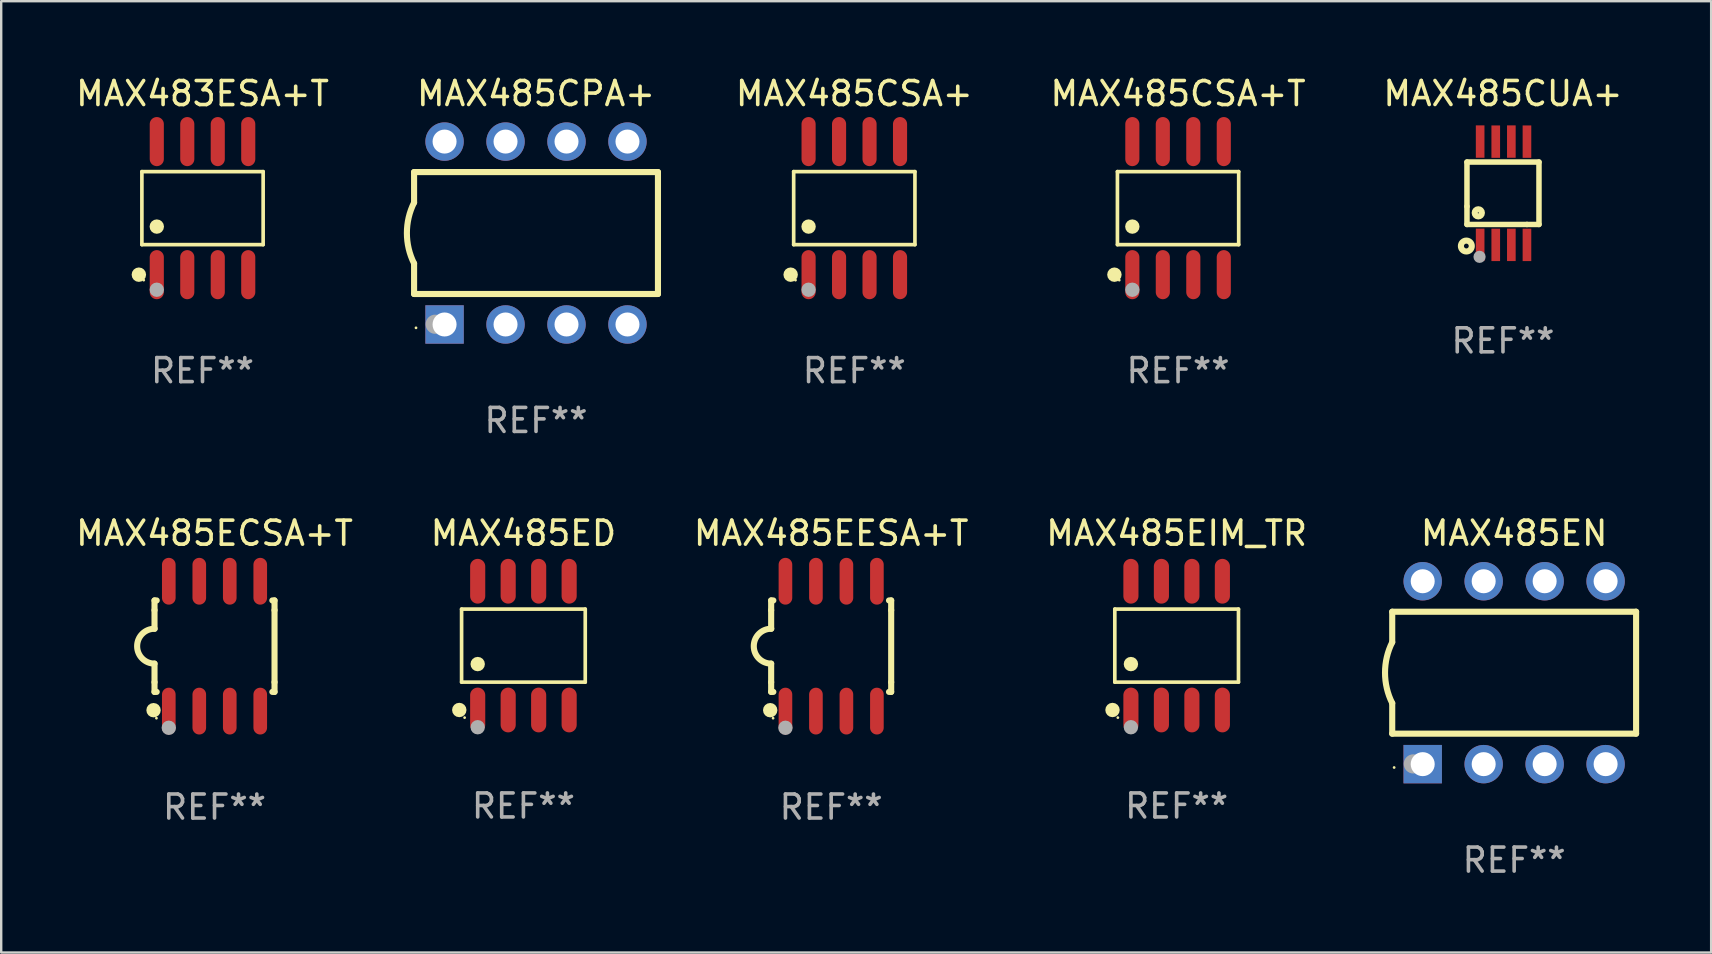
<source format=kicad_pcb>
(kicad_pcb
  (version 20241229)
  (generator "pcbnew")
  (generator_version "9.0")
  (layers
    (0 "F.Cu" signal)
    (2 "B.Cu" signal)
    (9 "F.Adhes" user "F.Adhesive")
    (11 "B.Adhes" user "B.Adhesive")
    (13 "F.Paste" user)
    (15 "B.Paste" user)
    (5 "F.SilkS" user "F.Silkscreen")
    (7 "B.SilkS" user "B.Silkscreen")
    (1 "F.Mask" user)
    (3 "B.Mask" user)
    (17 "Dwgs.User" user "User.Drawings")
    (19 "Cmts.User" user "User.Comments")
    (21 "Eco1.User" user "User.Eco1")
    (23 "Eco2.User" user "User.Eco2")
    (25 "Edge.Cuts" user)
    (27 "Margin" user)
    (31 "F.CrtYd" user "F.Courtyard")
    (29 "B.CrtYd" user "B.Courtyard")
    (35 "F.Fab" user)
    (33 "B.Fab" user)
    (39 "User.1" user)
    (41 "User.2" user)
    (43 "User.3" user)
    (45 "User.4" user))
  (footprint "MAX483ESA+T"
    (layer "F.Cu")
    (at 5.387 5.621)
    (property "Reference" "MAX483ESA+T" (at 0 -4.772 0) (layer "F.SilkS") (effects (font (size 1 1) (thickness 0.15))))
    (attr through_hole)
    (fp_line (start -2.526 -1.521) (end 2.526 -1.521) (stroke (width 0.152) (type solid)) (layer "F.SilkS"))
    (fp_line (start -2.526 1.521) (end -2.526 -1.521) (stroke (width 0.152) (type solid)) (layer "F.SilkS"))
    (fp_line (start 2.526 -1.521) (end 2.526 1.521) (stroke (width 0.152) (type solid)) (layer "F.SilkS"))
    (fp_line (start 2.526 1.521) (end -2.526 1.521) (stroke (width 0.152) (type solid)) (layer "F.SilkS"))
    (fp_circle (center -2.652 2.772) (end -2.501 2.772) (stroke (width 0.3) (type solid)) (fill no) (layer "F.SilkS"))
    (fp_circle (center -2.45 3) (end -2.42 3) (stroke (width 0.06) (type solid)) (fill no) (layer "F.SilkS"))
    (fp_circle (center -1.905 0.769) (end -1.755 0.769) (stroke (width 0.3) (type solid)) (fill no) (layer "F.SilkS"))
    (fp_circle (center -1.905 3.4) (end -1.755 3.4) (stroke (width 0.3) (type solid)) (fill no) (layer "F.Fab"))
    (fp_text user "REF**" (at 0 6.772 0) (layer "F.Fab") (effects (font (size 1 1) (thickness 0.15))))
    (pad "1" smd oval (at -1.905 2.772) (size 0.588 2.045) (layers "F.Cu" "F.Mask" "F.Paste"))
    (pad "2" smd oval (at -0.635 2.772) (size 0.588 2.045) (layers "F.Cu" "F.Mask" "F.Paste"))
    (pad "3" smd oval (at 0.635 2.772) (size 0.588 2.045) (layers "F.Cu" "F.Mask" "F.Paste"))
    (pad "4" smd oval (at 1.905 2.772) (size 0.588 2.045) (layers "F.Cu" "F.Mask" "F.Paste"))
    (pad "5" smd oval (at 1.905 -2.772) (size 0.588 2.045) (layers "F.Cu" "F.Mask" "F.Paste"))
    (pad "6" smd oval (at 0.635 -2.772) (size 0.588 2.045) (layers "F.Cu" "F.Mask" "F.Paste"))
    (pad "7" smd oval (at -0.635 -2.772) (size 0.588 2.045) (layers "F.Cu" "F.Mask" "F.Paste"))
    (pad "8" smd oval (at -1.905 -2.772) (size 0.588 2.045) (layers "F.Cu" "F.Mask" "F.Paste")))
  (footprint "MAX485ECSA+T"
    (layer "F.Cu")
    (at 5.887 23.87)
    (property "Reference" "MAX485ECSA+T" (at 0 -4.705 0) (layer "F.SilkS") (effects (font (size 1 1) (thickness 0.15))))
    (attr through_hole)
    (fp_line (start -2.5 -1.905) (end -2.409 -1.905) (stroke (width 0.254) (type solid)) (layer "F.SilkS"))
    (fp_line (start -2.5 -1.5) (end -2.5 -1.905) (stroke (width 0.254) (type solid)) (layer "F.SilkS"))
    (fp_line (start -2.5 -1.5) (end -2.5 -0.726) (stroke (width 0.254) (type solid)) (layer "F.SilkS"))
    (fp_line (start -2.5 1.5) (end -2.5 0.727) (stroke (width 0.254) (type solid)) (layer "F.SilkS"))
    (fp_line (start -2.5 1.5) (end -2.5 1.905) (stroke (width 0.254) (type solid)) (layer "F.SilkS"))
    (fp_line (start -2.5 1.905) (end -2.409 1.905) (stroke (width 0.254) (type solid)) (layer "F.SilkS"))
    (fp_line (start 2.5 -1.905) (end 2.409 -1.905) (stroke (width 0.254) (type solid)) (layer "F.SilkS"))
    (fp_line (start 2.5 -1.5) (end 2.5 -1.905) (stroke (width 0.254) (type solid)) (layer "F.SilkS"))
    (fp_line (start 2.5 -1.5) (end 2.5 1.5) (stroke (width 0.254) (type solid)) (layer "F.SilkS"))
    (fp_line (start 2.5 1.5) (end 2.5 1.905) (stroke (width 0.254) (type solid)) (layer "F.SilkS"))
    (fp_line (start 2.5 1.905) (end 2.409 1.905) (stroke (width 0.254) (type solid)) (layer "F.SilkS"))
    (fp_arc (start -2.5 0.726568) (mid -3.220316 -0.0023) (end -2.495097 -0.726289) (stroke (width 0.254001) (type solid)) (layer "F.SilkS"))
    (fp_circle (center -2.54 2.667) (end -2.39 2.667) (stroke (width 0.3) (type solid)) (fill no) (layer "F.SilkS"))
    (fp_circle (center -2.42 3) (end -2.39 3) (stroke (width 0.06) (type solid)) (fill no) (layer "F.SilkS"))
    (fp_circle (center -1.905 3.4) (end -1.755 3.4) (stroke (width 0.3) (type solid)) (fill no) (layer "F.Fab"))
    (fp_text user "REF**" (at 0 6.705 0) (layer "F.Fab") (effects (font (size 1 1) (thickness 0.15))))
    (pad "1" smd oval (at -1.905 2.705) (size 0.568 1.95) (layers "F.Cu" "F.Mask" "F.Paste"))
    (pad "2" smd oval (at -0.635 2.705) (size 0.568 1.95) (layers "F.Cu" "F.Mask" "F.Paste"))
    (pad "3" smd oval (at 0.635 2.705) (size 0.568 1.95) (layers "F.Cu" "F.Mask" "F.Paste"))
    (pad "4" smd oval (at 1.905 2.705) (size 0.568 1.95) (layers "F.Cu" "F.Mask" "F.Paste"))
    (pad "5" smd oval (at 1.905 -2.705) (size 0.568 1.95) (layers "F.Cu" "F.Mask" "F.Paste"))
    (pad "6" smd oval (at 0.635 -2.705) (size 0.568 1.95) (layers "F.Cu" "F.Mask" "F.Paste"))
    (pad "7" smd oval (at -0.635 -2.705) (size 0.568 1.95) (layers "F.Cu" "F.Mask" "F.Paste"))
    (pad "8" smd oval (at -1.905 -2.705) (size 0.568 1.95) (layers "F.Cu" "F.Mask" "F.Paste")))
  (footprint "MAX485EN"
    (layer "F.Cu")
    (at 60.031 24.975)
    (property "Reference" "MAX485EN" (at 0 -5.81 0) (layer "F.SilkS") (effects (font (size 1 1) (thickness 0.15))))
    (attr through_hole)
    (fp_line (start -5.08 -1.27) (end -5.08 -2.54) (stroke (width 0.254) (type solid)) (layer "F.SilkS"))
    (fp_line (start -5.08 2.54) (end -5.08 1.27) (stroke (width 0.254) (type solid)) (layer "F.SilkS"))
    (fp_line (start 5.08 -2.54) (end -5.08 -2.54) (stroke (width 0.254) (type solid)) (layer "F.SilkS"))
    (fp_line (start 5.08 2.54) (end -5.08 2.54) (stroke (width 0.254) (type solid)) (layer "F.SilkS"))
    (fp_line (start 5.08 2.54) (end 5.08 -2.54) (stroke (width 0.254) (type solid)) (layer "F.SilkS"))
    (fp_arc (start -5.080011 1.270002) (mid -5.379818 -0.000001) (end -5.08001 -1.270003) (stroke (width 0.254001) (type solid)) (layer "F.SilkS"))
    (fp_circle (center -5 3.95) (end -4.97 3.95) (stroke (width 0.06) (type solid)) (fill no) (layer "F.SilkS"))
    (fp_circle (center -4.2 3.8) (end -4 3.8) (stroke (width 0.4) (type solid)) (fill no) (layer "F.Fab"))
    (fp_text user "REF**" (at 0 7.81 0) (layer "F.Fab") (effects (font (size 1 1) (thickness 0.15))))
    (pad "1" thru_hole rect (at -3.81 3.81) (size 1.6 1.6) (drill 1) (layers "*.Cu" "*.Mask"))
    (pad "2" thru_hole circle (at -1.27 3.81) (size 1.6 1.6) (drill 1) (layers "*.Cu" "*.Mask"))
    (pad "3" thru_hole circle (at 1.27 3.81) (size 1.6 1.6) (drill 1) (layers "*.Cu" "*.Mask"))
    (pad "4" thru_hole circle (at 3.81 3.81) (size 1.6 1.6) (drill 1) (layers "*.Cu" "*.Mask"))
    (pad "5" thru_hole circle (at 3.81 -3.81) (size 1.6 1.6) (drill 1) (layers "*.Cu" "*.Mask"))
    (pad "6" thru_hole circle (at 1.27 -3.81) (size 1.6 1.6) (drill 1) (layers "*.Cu" "*.Mask"))
    (pad "7" thru_hole circle (at -1.27 -3.81) (size 1.6 1.6) (drill 1) (layers "*.Cu" "*.Mask"))
    (pad "8" thru_hole circle (at -3.81 -3.81) (size 1.6 1.6) (drill 1) (layers "*.Cu" "*.Mask")))
  (footprint "MAX485CPA+"
    (layer "F.Cu")
    (at 19.281 6.658)
    (property "Reference" "MAX485CPA+" (at 0 -5.81 0) (layer "F.SilkS") (effects (font (size 1 1) (thickness 0.15))))
    (attr through_hole)
    (fp_line (start -5.08 -1.27) (end -5.08 -2.54) (stroke (width 0.254) (type solid)) (layer "F.SilkS"))
    (fp_line (start -5.08 2.54) (end -5.08 1.27) (stroke (width 0.254) (type solid)) (layer "F.SilkS"))
    (fp_line (start 5.08 -2.54) (end -5.08 -2.54) (stroke (width 0.254) (type solid)) (layer "F.SilkS"))
    (fp_line (start 5.08 2.54) (end -5.08 2.54) (stroke (width 0.254) (type solid)) (layer "F.SilkS"))
    (fp_line (start 5.08 2.54) (end 5.08 -2.54) (stroke (width 0.254) (type solid)) (layer "F.SilkS"))
    (fp_arc (start -5.080011 1.270002) (mid -5.379818 -0.000001) (end -5.08001 -1.270003) (stroke (width 0.254001) (type solid)) (layer "F.SilkS"))
    (fp_circle (center -5 3.95) (end -4.97 3.95) (stroke (width 0.06) (type solid)) (fill no) (layer "F.SilkS"))
    (fp_circle (center -4.2 3.8) (end -4 3.8) (stroke (width 0.4) (type solid)) (fill no) (layer "F.Fab"))
    (fp_text user "REF**" (at 0 7.81 0) (layer "F.Fab") (effects (font (size 1 1) (thickness 0.15))))
    (pad "1" thru_hole rect (at -3.81 3.81) (size 1.6 1.6) (drill 1) (layers "*.Cu" "*.Mask"))
    (pad "2" thru_hole circle (at -1.27 3.81) (size 1.6 1.6) (drill 1) (layers "*.Cu" "*.Mask"))
    (pad "3" thru_hole circle (at 1.27 3.81) (size 1.6 1.6) (drill 1) (layers "*.Cu" "*.Mask"))
    (pad "4" thru_hole circle (at 3.81 3.81) (size 1.6 1.6) (drill 1) (layers "*.Cu" "*.Mask"))
    (pad "5" thru_hole circle (at 3.81 -3.81) (size 1.6 1.6) (drill 1) (layers "*.Cu" "*.Mask"))
    (pad "6" thru_hole circle (at 1.27 -3.81) (size 1.6 1.6) (drill 1) (layers "*.Cu" "*.Mask"))
    (pad "7" thru_hole circle (at -1.27 -3.81) (size 1.6 1.6) (drill 1) (layers "*.Cu" "*.Mask"))
    (pad "8" thru_hole circle (at -3.81 -3.81) (size 1.6 1.6) (drill 1) (layers "*.Cu" "*.Mask")))
  (footprint "MAX485EIM_TR"
    (layer "F.Cu")
    (at 45.97 23.847)
    (property "Reference" "MAX485EIM_TR" (at 0 -4.682 0) (layer "F.SilkS") (effects (font (size 1 1) (thickness 0.15))))
    (attr through_hole)
    (fp_line (start -2.576 -1.521) (end 2.576 -1.521) (stroke (width 0.152) (type solid)) (layer "F.SilkS"))
    (fp_line (start -2.576 1.521) (end -2.576 -1.521) (stroke (width 0.152) (type solid)) (layer "F.SilkS"))
    (fp_line (start 2.576 -1.521) (end 2.576 1.521) (stroke (width 0.152) (type solid)) (layer "F.SilkS"))
    (fp_line (start 2.576 1.521) (end -2.576 1.521) (stroke (width 0.152) (type solid)) (layer "F.SilkS"))
    (fp_circle (center -2.672 2.682) (end -2.522 2.682) (stroke (width 0.3) (type solid)) (fill no) (layer "F.SilkS"))
    (fp_circle (center -2.45 3) (end -2.42 3) (stroke (width 0.06) (type solid)) (fill no) (layer "F.SilkS"))
    (fp_circle (center -1.905 0.769) (end -1.755 0.769) (stroke (width 0.3) (type solid)) (fill no) (layer "F.SilkS"))
    (fp_circle (center -1.905 3.4) (end -1.755 3.4) (stroke (width 0.3) (type solid)) (fill no) (layer "F.Fab"))
    (fp_text user "REF**" (at 0 6.682 0) (layer "F.Fab") (effects (font (size 1 1) (thickness 0.15))))
    (pad "1" smd oval (at -1.905 2.682) (size 0.63 1.865) (layers "F.Cu" "F.Mask" "F.Paste"))
    (pad "2" smd oval (at -0.635 2.682) (size 0.63 1.865) (layers "F.Cu" "F.Mask" "F.Paste"))
    (pad "3" smd oval (at 0.635 2.682) (size 0.63 1.865) (layers "F.Cu" "F.Mask" "F.Paste"))
    (pad "4" smd oval (at 1.905 2.682) (size 0.63 1.865) (layers "F.Cu" "F.Mask" "F.Paste"))
    (pad "5" smd oval (at 1.905 -2.682) (size 0.63 1.865) (layers "F.Cu" "F.Mask" "F.Paste"))
    (pad "6" smd oval (at 0.635 -2.682) (size 0.63 1.865) (layers "F.Cu" "F.Mask" "F.Paste"))
    (pad "7" smd oval (at -0.635 -2.682) (size 0.63 1.865) (layers "F.Cu" "F.Mask" "F.Paste"))
    (pad "8" smd oval (at -1.905 -2.682) (size 0.63 1.865) (layers "F.Cu" "F.Mask" "F.Paste")))
  (footprint "MAX485CSA+T"
    (layer "F.Cu")
    (at 46.029 5.621)
    (property "Reference" "MAX485CSA+T" (at 0 -4.772 0) (layer "F.SilkS") (effects (font (size 1 1) (thickness 0.15))))
    (attr through_hole)
    (fp_line (start -2.526 -1.521) (end 2.526 -1.521) (stroke (width 0.152) (type solid)) (layer "F.SilkS"))
    (fp_line (start -2.526 1.521) (end -2.526 -1.521) (stroke (width 0.152) (type solid)) (layer "F.SilkS"))
    (fp_line (start 2.526 -1.521) (end 2.526 1.521) (stroke (width 0.152) (type solid)) (layer "F.SilkS"))
    (fp_line (start 2.526 1.521) (end -2.526 1.521) (stroke (width 0.152) (type solid)) (layer "F.SilkS"))
    (fp_circle (center -2.652 2.772) (end -2.501 2.772) (stroke (width 0.3) (type solid)) (fill no) (layer "F.SilkS"))
    (fp_circle (center -2.45 3) (end -2.42 3) (stroke (width 0.06) (type solid)) (fill no) (layer "F.SilkS"))
    (fp_circle (center -1.905 0.769) (end -1.755 0.769) (stroke (width 0.3) (type solid)) (fill no) (layer "F.SilkS"))
    (fp_circle (center -1.905 3.4) (end -1.755 3.4) (stroke (width 0.3) (type solid)) (fill no) (layer "F.Fab"))
    (fp_text user "REF**" (at 0 6.772 0) (layer "F.Fab") (effects (font (size 1 1) (thickness 0.15))))
    (pad "1" smd oval (at -1.905 2.772) (size 0.588 2.045) (layers "F.Cu" "F.Mask" "F.Paste"))
    (pad "2" smd oval (at -0.635 2.772) (size 0.588 2.045) (layers "F.Cu" "F.Mask" "F.Paste"))
    (pad "3" smd oval (at 0.635 2.772) (size 0.588 2.045) (layers "F.Cu" "F.Mask" "F.Paste"))
    (pad "4" smd oval (at 1.905 2.772) (size 0.588 2.045) (layers "F.Cu" "F.Mask" "F.Paste"))
    (pad "5" smd oval (at 1.905 -2.772) (size 0.588 2.045) (layers "F.Cu" "F.Mask" "F.Paste"))
    (pad "6" smd oval (at 0.635 -2.772) (size 0.588 2.045) (layers "F.Cu" "F.Mask" "F.Paste"))
    (pad "7" smd oval (at -0.635 -2.772) (size 0.588 2.045) (layers "F.Cu" "F.Mask" "F.Paste"))
    (pad "8" smd oval (at -1.905 -2.772) (size 0.588 2.045) (layers "F.Cu" "F.Mask" "F.Paste")))
  (footprint "MAX485ED"
    (layer "F.Cu")
    (at 18.756 23.847)
    (property "Reference" "MAX485ED" (at 0 -4.682 0) (layer "F.SilkS") (effects (font (size 1 1) (thickness 0.15))))
    (attr through_hole)
    (fp_line (start -2.576 -1.521) (end 2.576 -1.521) (stroke (width 0.152) (type solid)) (layer "F.SilkS"))
    (fp_line (start -2.576 1.521) (end -2.576 -1.521) (stroke (width 0.152) (type solid)) (layer "F.SilkS"))
    (fp_line (start 2.576 -1.521) (end 2.576 1.521) (stroke (width 0.152) (type solid)) (layer "F.SilkS"))
    (fp_line (start 2.576 1.521) (end -2.576 1.521) (stroke (width 0.152) (type solid)) (layer "F.SilkS"))
    (fp_circle (center -2.672 2.682) (end -2.522 2.682) (stroke (width 0.3) (type solid)) (fill no) (layer "F.SilkS"))
    (fp_circle (center -2.45 3) (end -2.42 3) (stroke (width 0.06) (type solid)) (fill no) (layer "F.SilkS"))
    (fp_circle (center -1.905 0.769) (end -1.755 0.769) (stroke (width 0.3) (type solid)) (fill no) (layer "F.SilkS"))
    (fp_circle (center -1.905 3.4) (end -1.755 3.4) (stroke (width 0.3) (type solid)) (fill no) (layer "F.Fab"))
    (fp_text user "REF**" (at 0 6.682 0) (layer "F.Fab") (effects (font (size 1 1) (thickness 0.15))))
    (pad "1" smd oval (at -1.905 2.682) (size 0.63 1.865) (layers "F.Cu" "F.Mask" "F.Paste"))
    (pad "2" smd oval (at -0.635 2.682) (size 0.63 1.865) (layers "F.Cu" "F.Mask" "F.Paste"))
    (pad "3" smd oval (at 0.635 2.682) (size 0.63 1.865) (layers "F.Cu" "F.Mask" "F.Paste"))
    (pad "4" smd oval (at 1.905 2.682) (size 0.63 1.865) (layers "F.Cu" "F.Mask" "F.Paste"))
    (pad "5" smd oval (at 1.905 -2.682) (size 0.63 1.865) (layers "F.Cu" "F.Mask" "F.Paste"))
    (pad "6" smd oval (at 0.635 -2.682) (size 0.63 1.865) (layers "F.Cu" "F.Mask" "F.Paste"))
    (pad "7" smd oval (at -0.635 -2.682) (size 0.63 1.865) (layers "F.Cu" "F.Mask" "F.Paste"))
    (pad "8" smd oval (at -1.905 -2.682) (size 0.63 1.865) (layers "F.Cu" "F.Mask" "F.Paste")))
  (footprint "MAX485CSA+"
    (layer "F.Cu")
    (at 32.541 5.621)
    (property "Reference" "MAX485CSA+" (at 0 -4.772 0) (layer "F.SilkS") (effects (font (size 1 1) (thickness 0.15))))
    (attr through_hole)
    (fp_line (start -2.526 -1.521) (end 2.526 -1.521) (stroke (width 0.152) (type solid)) (layer "F.SilkS"))
    (fp_line (start -2.526 1.521) (end -2.526 -1.521) (stroke (width 0.152) (type solid)) (layer "F.SilkS"))
    (fp_line (start 2.526 -1.521) (end 2.526 1.521) (stroke (width 0.152) (type solid)) (layer "F.SilkS"))
    (fp_line (start 2.526 1.521) (end -2.526 1.521) (stroke (width 0.152) (type solid)) (layer "F.SilkS"))
    (fp_circle (center -2.652 2.772) (end -2.501 2.772) (stroke (width 0.3) (type solid)) (fill no) (layer "F.SilkS"))
    (fp_circle (center -2.45 3) (end -2.42 3) (stroke (width 0.06) (type solid)) (fill no) (layer "F.SilkS"))
    (fp_circle (center -1.905 0.769) (end -1.755 0.769) (stroke (width 0.3) (type solid)) (fill no) (layer "F.SilkS"))
    (fp_circle (center -1.905 3.4) (end -1.755 3.4) (stroke (width 0.3) (type solid)) (fill no) (layer "F.Fab"))
    (fp_text user "REF**" (at 0 6.772 0) (layer "F.Fab") (effects (font (size 1 1) (thickness 0.15))))
    (pad "1" smd oval (at -1.905 2.772) (size 0.588 2.045) (layers "F.Cu" "F.Mask" "F.Paste"))
    (pad "2" smd oval (at -0.635 2.772) (size 0.588 2.045) (layers "F.Cu" "F.Mask" "F.Paste"))
    (pad "3" smd oval (at 0.635 2.772) (size 0.588 2.045) (layers "F.Cu" "F.Mask" "F.Paste"))
    (pad "4" smd oval (at 1.905 2.772) (size 0.588 2.045) (layers "F.Cu" "F.Mask" "F.Paste"))
    (pad "5" smd oval (at 1.905 -2.772) (size 0.588 2.045) (layers "F.Cu" "F.Mask" "F.Paste"))
    (pad "6" smd oval (at 0.635 -2.772) (size 0.588 2.045) (layers "F.Cu" "F.Mask" "F.Paste"))
    (pad "7" smd oval (at -0.635 -2.772) (size 0.588 2.045) (layers "F.Cu" "F.Mask" "F.Paste"))
    (pad "8" smd oval (at -1.905 -2.772) (size 0.588 2.045) (layers "F.Cu" "F.Mask" "F.Paste")))
  (footprint "MAX485CUA+"
    (layer "F.Cu")
    (at 59.565 5)
    (property "Reference" "MAX485CUA+" (at 0 -4.152 0) (layer "F.SilkS") (effects (font (size 1 1) (thickness 0.15))))
    (attr through_hole)
    (fp_line (start -1.5 1.301) (end 1 1.301) (stroke (width 0.229) (type solid)) (layer "F.SilkS"))
    (fp_line (start -1.5 -1.299) (end -1.5 0.551) (stroke (width 0.229) (type solid)) (layer "F.SilkS"))
    (fp_line (start -1.5 0.551) (end -1.5 1.301) (stroke (width 0.229) (type solid)) (layer "F.SilkS"))
    (fp_line (start 1 1.301) (end 1.5 1.301) (stroke (width 0.229) (type solid)) (layer "F.SilkS"))
    (fp_line (start 1.5 1.301) (end 1.5 -1.299) (stroke (width 0.229) (type solid)) (layer "F.SilkS"))
    (fp_line (start 1.5 -1.299) (end -1.5 -1.299) (stroke (width 0.229) (type solid)) (layer "F.SilkS"))
    (fp_circle (center -1.526 2.2) (end -1.426 2.2) (stroke (width 0.254) (type solid)) (fill no) (layer "F.SilkS"))
    (fp_circle (center -1.476 2.45) (end -1.446 2.45) (stroke (width 0.06) (type solid)) (fill no) (layer "F.SilkS"))
    (fp_circle (center -1.028 0.817) (end -0.878 0.817) (stroke (width 0.254) (type solid)) (fill no) (layer "F.SilkS"))
    (fp_circle (center -0.976 2.65) (end -0.849 2.65) (stroke (width 0.254) (type solid)) (fill no) (layer "F.Fab"))
    (fp_text user "REF**" (at 0 6.152 0) (layer "F.Fab") (effects (font (size 1 1) (thickness 0.15))))
    (pad "1" smd rect (at -0.951 2.15) (size 0.36 1.35) (layers "F.Cu" "F.Mask" "F.Paste"))
    (pad "2" smd rect (at -0.301 2.152) (size 0.36 1.35) (layers "F.Cu" "F.Mask" "F.Paste"))
    (pad "3" smd rect (at 0.349 2.151) (size 0.36 1.35) (layers "F.Cu" "F.Mask" "F.Paste"))
    (pad "4" smd rect (at 0.999 2.152) (size 0.36 1.35) (layers "F.Cu" "F.Mask" "F.Paste"))
    (pad "5" smd rect (at 0.999 -2.149) (size 0.36 1.35) (layers "F.Cu" "F.Mask" "F.Paste"))
    (pad "6" smd rect (at 0.349 -2.152) (size 0.36 1.35) (layers "F.Cu" "F.Mask" "F.Paste"))
    (pad "7" smd rect (at -0.301 -2.149) (size 0.36 1.35) (layers "F.Cu" "F.Mask" "F.Paste"))
    (pad "8" smd rect (at -0.951 -2.152) (size 0.36 1.35) (layers "F.Cu" "F.Mask" "F.Paste")))
  (footprint "MAX485EESA+T"
    (layer "F.Cu")
    (at 31.577 23.87)
    (property "Reference" "MAX485EESA+T" (at 0 -4.705 0) (layer "F.SilkS") (effects (font (size 1 1) (thickness 0.15))))
    (attr through_hole)
    (fp_line (start -2.5 -1.905) (end -2.409 -1.905) (stroke (width 0.254) (type solid)) (layer "F.SilkS"))
    (fp_line (start -2.5 -1.5) (end -2.5 -1.905) (stroke (width 0.254) (type solid)) (layer "F.SilkS"))
    (fp_line (start -2.5 -1.5) (end -2.5 -0.726) (stroke (width 0.254) (type solid)) (layer "F.SilkS"))
    (fp_line (start -2.5 1.5) (end -2.5 0.727) (stroke (width 0.254) (type solid)) (layer "F.SilkS"))
    (fp_line (start -2.5 1.5) (end -2.5 1.905) (stroke (width 0.254) (type solid)) (layer "F.SilkS"))
    (fp_line (start -2.5 1.905) (end -2.409 1.905) (stroke (width 0.254) (type solid)) (layer "F.SilkS"))
    (fp_line (start 2.5 -1.905) (end 2.409 -1.905) (stroke (width 0.254) (type solid)) (layer "F.SilkS"))
    (fp_line (start 2.5 -1.5) (end 2.5 -1.905) (stroke (width 0.254) (type solid)) (layer "F.SilkS"))
    (fp_line (start 2.5 -1.5) (end 2.5 1.5) (stroke (width 0.254) (type solid)) (layer "F.SilkS"))
    (fp_line (start 2.5 1.5) (end 2.5 1.905) (stroke (width 0.254) (type solid)) (layer "F.SilkS"))
    (fp_line (start 2.5 1.905) (end 2.409 1.905) (stroke (width 0.254) (type solid)) (layer "F.SilkS"))
    (fp_arc (start -2.5 0.726568) (mid -3.220316 -0.0023) (end -2.495097 -0.726289) (stroke (width 0.254001) (type solid)) (layer "F.SilkS"))
    (fp_circle (center -2.54 2.667) (end -2.39 2.667) (stroke (width 0.3) (type solid)) (fill no) (layer "F.SilkS"))
    (fp_circle (center -2.42 3) (end -2.39 3) (stroke (width 0.06) (type solid)) (fill no) (layer "F.SilkS"))
    (fp_circle (center -1.905 3.4) (end -1.755 3.4) (stroke (width 0.3) (type solid)) (fill no) (layer "F.Fab"))
    (fp_text user "REF**" (at 0 6.705 0) (layer "F.Fab") (effects (font (size 1 1) (thickness 0.15))))
    (pad "1" smd oval (at -1.905 2.705) (size 0.568 1.95) (layers "F.Cu" "F.Mask" "F.Paste"))
    (pad "2" smd oval (at -0.635 2.705) (size 0.568 1.95) (layers "F.Cu" "F.Mask" "F.Paste"))
    (pad "3" smd oval (at 0.635 2.705) (size 0.568 1.95) (layers "F.Cu" "F.Mask" "F.Paste"))
    (pad "4" smd oval (at 1.905 2.705) (size 0.568 1.95) (layers "F.Cu" "F.Mask" "F.Paste"))
    (pad "5" smd oval (at 1.905 -2.705) (size 0.568 1.95) (layers "F.Cu" "F.Mask" "F.Paste"))
    (pad "6" smd oval (at 0.635 -2.705) (size 0.568 1.95) (layers "F.Cu" "F.Mask" "F.Paste"))
    (pad "7" smd oval (at -0.635 -2.705) (size 0.568 1.95) (layers "F.Cu" "F.Mask" "F.Paste"))
    (pad "8" smd oval (at -1.905 -2.705) (size 0.568 1.95) (layers "F.Cu" "F.Mask" "F.Paste")))
  (gr_rect
    (start -3 -3)
    (end 68.238 36.633)
    (stroke (width 0.1) (type default))
    (fill no)
    (layer "Edge.Cuts")))
</source>
